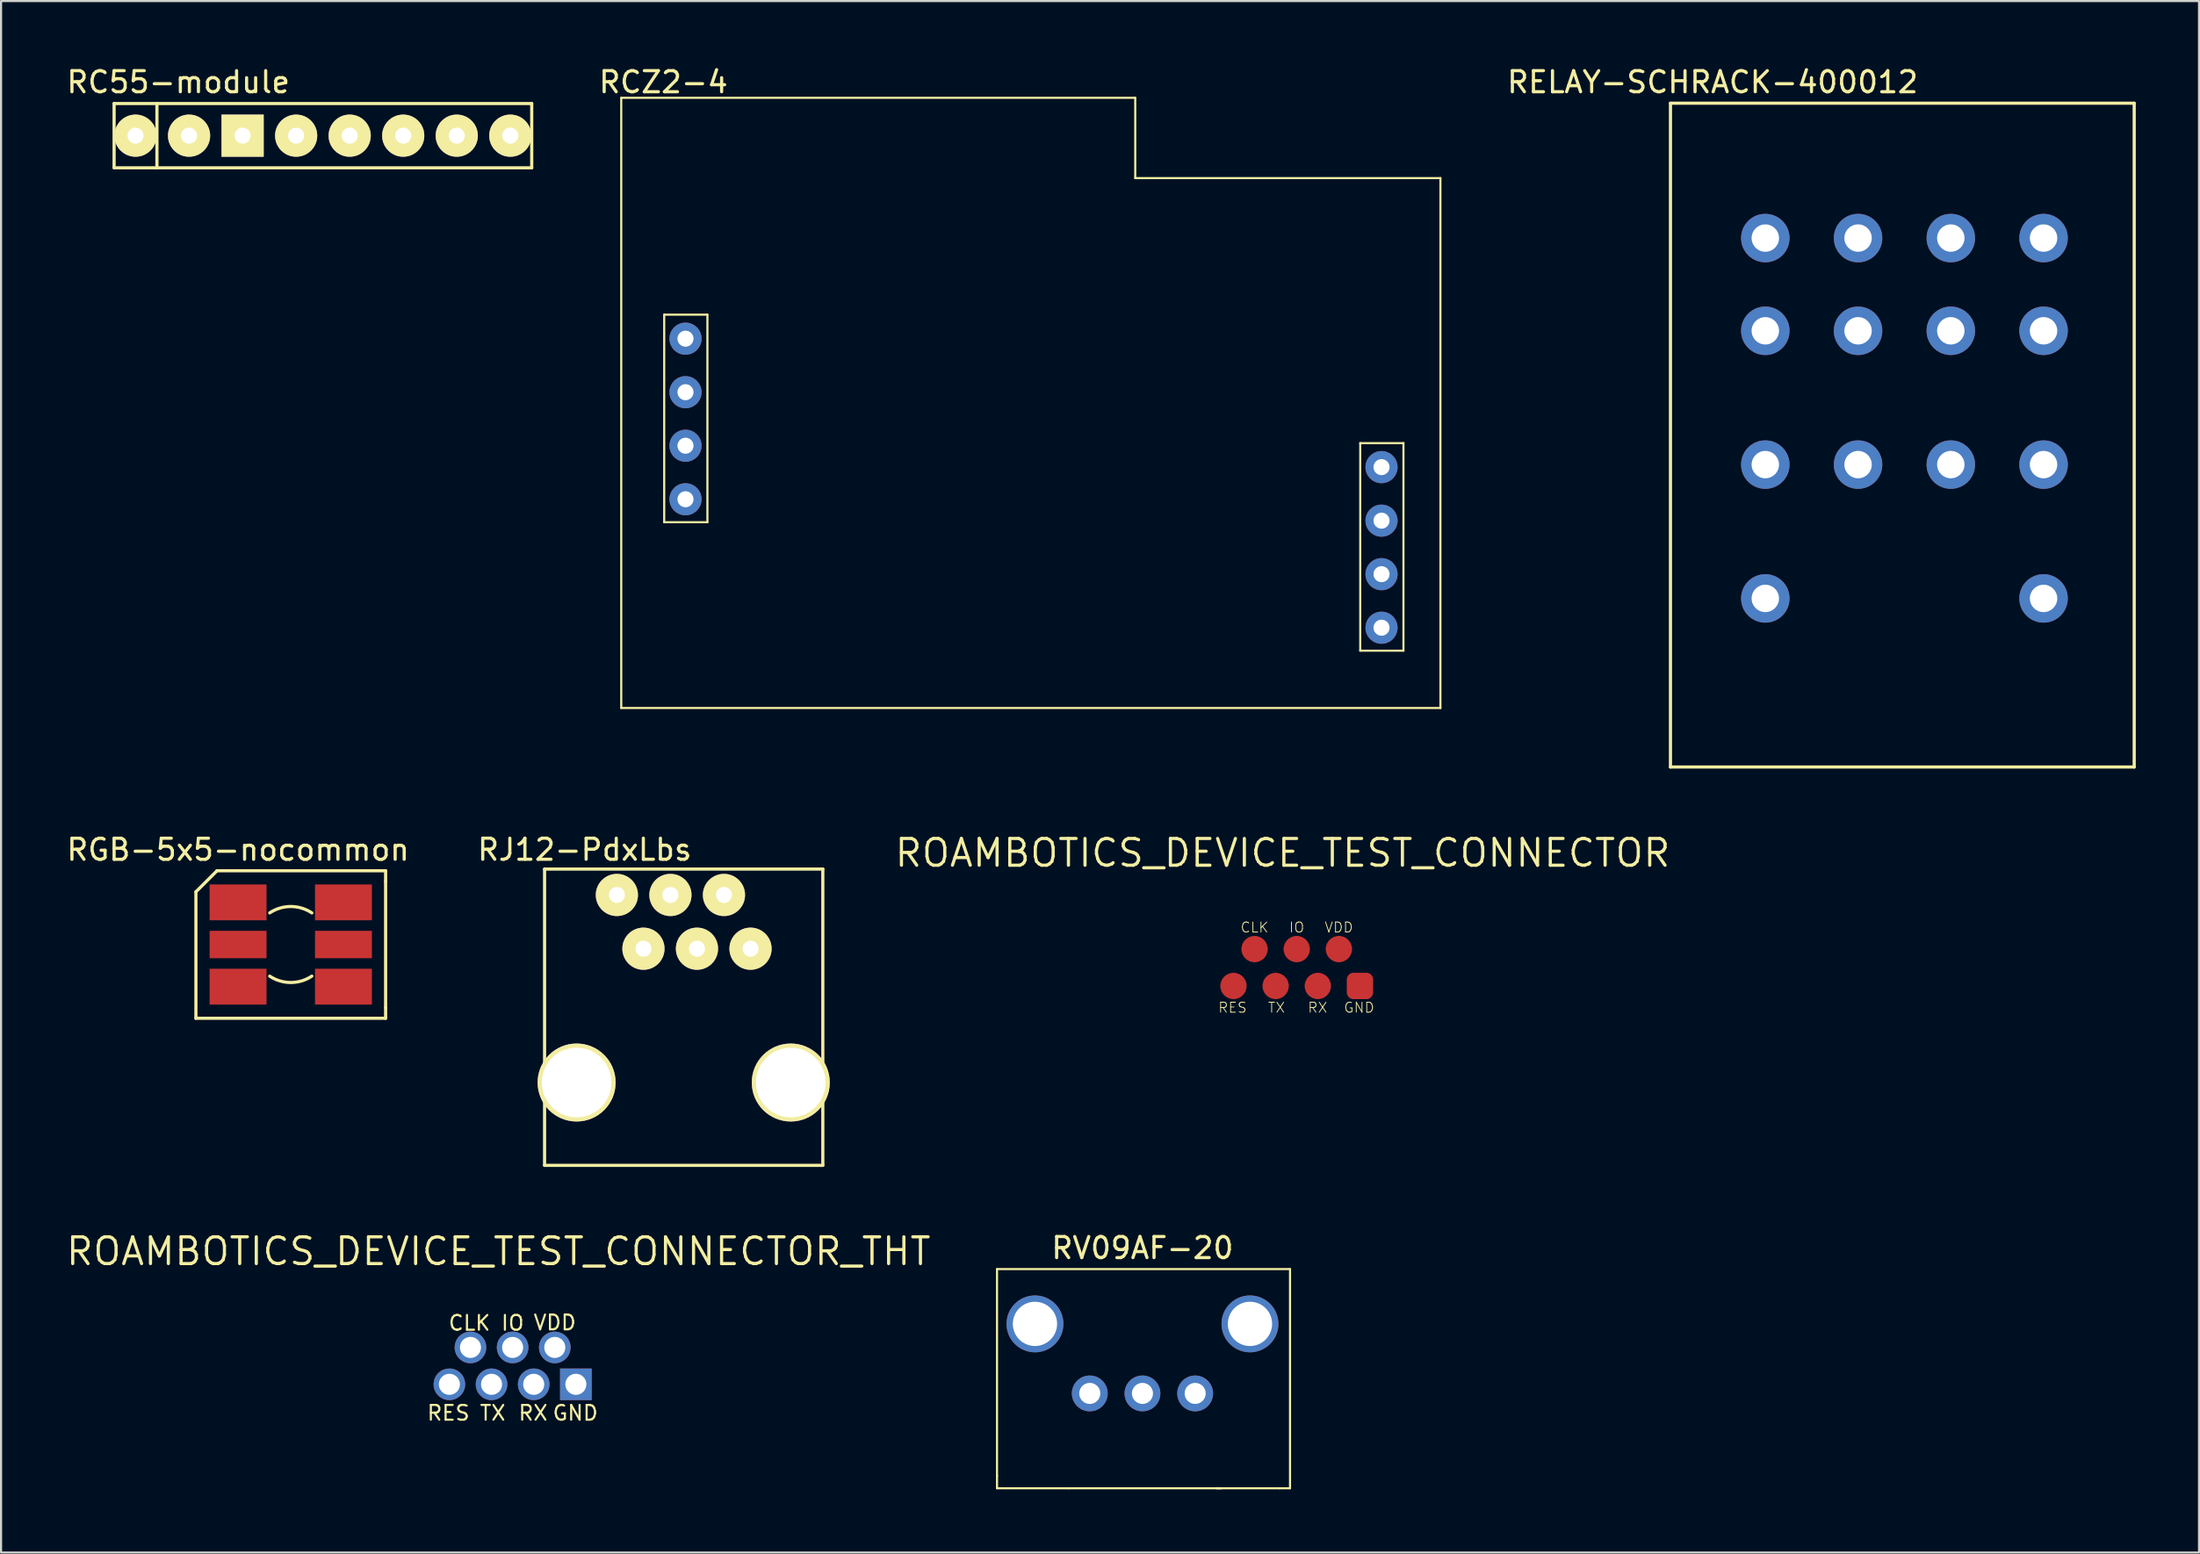
<source format=kicad_pcb>
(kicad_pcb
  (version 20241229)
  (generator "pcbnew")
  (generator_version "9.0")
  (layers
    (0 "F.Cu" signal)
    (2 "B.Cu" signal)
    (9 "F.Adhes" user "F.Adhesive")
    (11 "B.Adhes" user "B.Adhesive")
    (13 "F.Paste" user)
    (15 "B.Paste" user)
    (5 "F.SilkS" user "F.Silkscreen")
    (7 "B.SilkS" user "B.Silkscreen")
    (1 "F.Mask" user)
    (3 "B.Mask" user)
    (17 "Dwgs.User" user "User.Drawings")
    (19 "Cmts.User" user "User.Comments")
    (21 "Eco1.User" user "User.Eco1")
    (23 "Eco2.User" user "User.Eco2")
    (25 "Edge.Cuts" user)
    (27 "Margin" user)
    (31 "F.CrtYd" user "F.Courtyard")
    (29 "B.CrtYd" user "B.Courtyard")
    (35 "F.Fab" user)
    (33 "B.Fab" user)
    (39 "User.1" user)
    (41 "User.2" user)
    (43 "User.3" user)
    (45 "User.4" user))
  (footprint "RV09AF-20"
    (layer "F.Cu")
    (at 51.149 63.075)
    (property "Reference" "RV09AF-20" (at 0 -6.9 0) (layer "F.SilkS") (effects (font (size 1 1) (thickness 0.15))))
    (attr through_hole)
    (fp_line (start -6.9 -5.9) (end -6.9 3.9) (stroke (width 0.1) (type solid)) (layer "F.SilkS"))
    (fp_line (start -6.9 3.9) (end -6.9 4.5) (stroke (width 0.1) (type solid)) (layer "F.SilkS"))
    (fp_line (start -6.9 4.5) (end -3.5 4.5) (stroke (width 0.1) (type solid)) (layer "F.SilkS"))
    (fp_line (start 3.5 4.5) (end 6.5 4.5) (stroke (width 0.1) (type solid)) (layer "F.SilkS"))
    (fp_line (start 3.75 4.5) (end -3.5 4.5) (stroke (width 0.1) (type solid)) (layer "F.SilkS"))
    (fp_line (start 6.5 4.5) (end 7 4.5) (stroke (width 0.1) (type solid)) (layer "F.SilkS"))
    (fp_line (start 7 -5.9) (end -6.9 -5.9) (stroke (width 0.1) (type solid)) (layer "F.SilkS"))
    (fp_line (start 7 4.5) (end 7 -5.9) (stroke (width 0.1) (type solid)) (layer "F.SilkS"))
    (pad "" thru_hole circle (at -5.1 -3.3) (size 2.7 2.7) (drill 2.1) (layers "*.Cu" "*.Mask"))
    (pad "" thru_hole circle (at 5.1 -3.3) (size 2.7 2.7) (drill 2.1) (layers "*.Cu" "*.Mask"))
    (pad "1" thru_hole circle (at -2.5 0) (size 1.7 1.7) (drill 1) (layers "*.Cu" "*.Mask"))
    (pad "2" thru_hole circle (at 0 0) (size 1.7 1.7) (drill 1) (layers "*.Cu" "*.Mask"))
    (pad "3" thru_hole circle (at 2.5 0) (size 1.7 1.7) (drill 1) (layers "*.Cu" "*.Mask")))
  (footprint "RGB-5x5-nocommon"
    (layer "F.Cu")
    (at 10.744 44.772)
    (property "Reference" "RGB-5x5-nocommon" (at -2.5 -7.5 0) (layer "F.SilkS") (effects (font (size 1 1) (thickness 0.15))))
    (attr through_hole)
    (fp_line (start -4.5 -5.5) (end -4.5 0.5) (stroke (width 0.15) (type solid)) (layer "F.SilkS"))
    (fp_line (start -4.5 -5.5) (end -3.5 -6.5) (stroke (width 0.15) (type solid)) (layer "F.SilkS"))
    (fp_line (start -4.5 0.5) (end 4.5 0.5) (stroke (width 0.15) (type solid)) (layer "F.SilkS"))
    (fp_line (start -3.5 -6.5) (end 4.5 -6.5) (stroke (width 0.15) (type solid)) (layer "F.SilkS"))
    (fp_line (start 4.5 -6.5) (end 4.5 -6) (stroke (width 0.15) (type solid)) (layer "F.SilkS"))
    (fp_line (start 4.5 -6) (end 4.5 0) (stroke (width 0.15) (type solid)) (layer "F.SilkS"))
    (fp_line (start 4.5 0.5) (end 4.5 0) (stroke (width 0.15) (type solid)) (layer "F.SilkS"))
    (fp_arc (start -1 -4.5) (mid 0 -4.802776) (end 1 -4.5) (stroke (width 0.15) (type solid)) (layer "F.SilkS"))
    (fp_arc (start 1 -1.5) (mid 0 -1.197224) (end -1 -1.5) (stroke (width 0.15) (type solid)) (layer "F.SilkS"))
    (pad "1" smd rect (at -2.5 -5) (size 2.7 1.7) (layers "F.Cu" "F.Mask" "F.Paste"))
    (pad "2" smd rect (at -2.5 -3) (size 2.7 1.3) (layers "F.Cu" "F.Mask" "F.Paste"))
    (pad "3" smd rect (at -2.5 -1) (size 2.7 1.7) (layers "F.Cu" "F.Mask" "F.Paste"))
    (pad "4" smd rect (at 2.5 -1) (size 2.7 1.7) (layers "F.Cu" "F.Mask" "F.Paste"))
    (pad "5" smd rect (at 2.5 -3) (size 2.7 1.3) (layers "F.Cu" "F.Mask" "F.Paste"))
    (pad "6" smd rect (at 2.5 -5) (size 2.7 1.7) (layers "F.Cu" "F.Mask" "F.Paste")))
  (footprint "ROAMBOTICS_DEVICE_TEST_CONNECTOR"
    (layer "F.Cu")
    (at 58.467 41.739)
    (property "Reference" "ROAMBOTICS_DEVICE_TEST_CONNECTOR" (at -0.67 -4.31 0) (layer "F.SilkS") (effects (font (size 1.27 1.27) (thickness 0.15))))
    (attr through_hole)
    (fp_text user "RES" (at -2.34 2.75 0) (layer "F.SilkS") (effects (font (size 0.475 0.475) (thickness 0.04)) (justify right top)))
    (fp_text user "CLK" (at -2 -0.5 0) (layer "F.SilkS") (effects (font (size 0.475 0.475) (thickness 0.04)) (justify bottom)))
    (fp_text user "VDD" (at 2 -0.5 0) (layer "F.SilkS") (effects (font (size 0.475 0.475) (thickness 0.04)) (justify bottom)))
    (fp_text user "IO" (at 0 -0.5 0) (layer "F.SilkS") (effects (font (size 0.475 0.475) (thickness 0.04)) (justify bottom)))
    (fp_text user "GND" (at 3.71 2.75 0) (layer "F.SilkS") (effects (font (size 0.475 0.475) (thickness 0.04)) (justify right top)))
    (fp_text user "TX" (at -0.53 2.75 0) (layer "F.SilkS") (effects (font (size 0.475 0.475) (thickness 0.04)) (justify right top)))
    (fp_text user "RX" (at 1.48 2.75 0) (layer "F.SilkS") (effects (font (size 0.475 0.475) (thickness 0.04)) (justify right top)))
    (pad "1" smd roundrect (at 3 2) (size 1.25 1.25) (layers "F.Cu" "F.Mask" "F.Paste") (roundrect_rratio 0.25))
    (pad "2" smd roundrect (at 2 0.25) (size 1.25 1.25) (layers "F.Cu" "F.Mask" "F.Paste") (roundrect_rratio 0.5))
    (pad "3" smd roundrect (at 1 2) (size 1.25 1.25) (layers "F.Cu" "F.Mask" "F.Paste") (roundrect_rratio 0.5))
    (pad "4" smd roundrect (at 0 0.25) (size 1.25 1.25) (layers "F.Cu" "F.Mask" "F.Paste") (roundrect_rratio 0.5))
    (pad "5" smd roundrect (at -1 2) (size 1.25 1.25) (layers "F.Cu" "F.Mask" "F.Paste") (roundrect_rratio 0.5))
    (pad "6" smd roundrect (at -2 0.25) (size 1.25 1.25) (layers "F.Cu" "F.Mask" "F.Paste") (roundrect_rratio 0.5))
    (pad "7" smd roundrect (at -3 2) (size 1.25 1.25) (layers "F.Cu" "F.Mask" "F.Paste") (roundrect_rratio 0.5)))
  (footprint "RELAY-SCHRACK-400012"
    (layer "F.Cu")
    (at 80.697 25.348)
    (property "Reference" "RELAY-SCHRACK-400012" (at -2.5 -24.5 0) (layer "F.SilkS") (effects (font (size 1 1) (thickness 0.15))))
    (attr through_hole)
    (fp_line (start -4.5 -23.5) (end -4.5 8) (stroke (width 0.15) (type solid)) (layer "F.SilkS"))
    (fp_line (start -4.5 8) (end 17.5 8) (stroke (width 0.15) (type solid)) (layer "F.SilkS"))
    (fp_line (start 17.5 -23.5) (end -4.5 -23.5) (stroke (width 0.15) (type solid)) (layer "F.SilkS"))
    (fp_line (start 17.5 8) (end 17.5 -23.5) (stroke (width 0.15) (type solid)) (layer "F.SilkS"))
    (pad "1" thru_hole circle (at 13.2 -17.1) (size 2.3 2.3) (drill 1.3) (layers "*.Cu" "*.Mask"))
    (pad "2" thru_hole circle (at 8.8 -17.1) (size 2.3 2.3) (drill 1.3) (layers "*.Cu" "*.Mask"))
    (pad "3" thru_hole circle (at 4.4 -17.1) (size 2.3 2.3) (drill 1.3) (layers "*.Cu" "*.Mask"))
    (pad "4" thru_hole circle (at 0 -17.1) (size 2.3 2.3) (drill 1.3) (layers "*.Cu" "*.Mask"))
    (pad "5" thru_hole circle (at 13.2 -12.7) (size 2.3 2.3) (drill 1.3) (layers "*.Cu" "*.Mask"))
    (pad "6" thru_hole circle (at 8.8 -12.7) (size 2.3 2.3) (drill 1.3) (layers "*.Cu" "*.Mask"))
    (pad "7" thru_hole circle (at 4.4 -12.7) (size 2.3 2.3) (drill 1.3) (layers "*.Cu" "*.Mask"))
    (pad "8" thru_hole circle (at 0 -12.7) (size 2.3 2.3) (drill 1.3) (layers "*.Cu" "*.Mask"))
    (pad "9" thru_hole circle (at 13.2 -6.35) (size 2.3 2.3) (drill 1.3) (layers "*.Cu" "*.Mask"))
    (pad "10" thru_hole circle (at 8.8 -6.35) (size 2.3 2.3) (drill 1.3) (layers "*.Cu" "*.Mask"))
    (pad "11" thru_hole circle (at 4.4 -6.35) (size 2.3 2.3) (drill 1.3) (layers "*.Cu" "*.Mask"))
    (pad "12" thru_hole circle (at 0 -6.35) (size 2.3 2.3) (drill 1.3) (layers "*.Cu" "*.Mask"))
    (pad "A" thru_hole circle (at 13.2 0) (size 2.3 2.3) (drill 1.3) (layers "*.Cu" "*.Mask"))
    (pad "B" thru_hole circle (at 0 0) (size 2.3 2.3) (drill 1.3) (layers "*.Cu" "*.Mask")))
  (footprint "ROAMBOTICS_DEVICE_TEST_CONNECTOR_THT"
    (layer "F.Cu")
    (at 21.269 60.643)
    (property "Reference" "ROAMBOTICS_DEVICE_TEST_CONNECTOR_THT" (at -0.67 -4.31 0) (layer "F.SilkS") (effects (font (size 1.27 1.27) (thickness 0.15))))
    (attr through_hole)
    (fp_text user "RES" (at -1.98 2.95 0) (layer "F.SilkS") (effects (font (size 0.7 0.7) (thickness 0.1)) (justify right top)))
    (fp_text user "IO" (at 0.6 -1.32 0) (layer "F.SilkS") (effects (font (size 0.7 0.7) (thickness 0.1)) (justify right top)))
    (fp_text user "RX" (at 1.72 2.95 0) (layer "F.SilkS") (effects (font (size 0.7 0.7) (thickness 0.1)) (justify right top)))
    (fp_text user "GND" (at 4.11 2.95 0) (layer "F.SilkS") (effects (font (size 0.7 0.7) (thickness 0.1)) (justify right top)))
    (fp_text user "TX" (at -0.28 2.95 0) (layer "F.SilkS") (effects (font (size 0.7 0.7) (thickness 0.1)) (justify right top)))
    (fp_text user "VDD" (at 3.07 -1.34 0) (layer "F.SilkS") (effects (font (size 0.7 0.7) (thickness 0.1)) (justify right top)))
    (fp_text user "CLK" (at -1 -1.32 0) (layer "F.SilkS") (effects (font (size 0.7 0.7) (thickness 0.1)) (justify right top)))
    (pad "1" thru_hole rect (at 3 2) (size 1.5 1.5) (drill 1) (layers "*.Cu" "*.Mask"))
    (pad "2" thru_hole circle (at 2 0.25) (size 1.5 1.5) (drill 1) (layers "*.Cu" "*.Mask"))
    (pad "3" thru_hole circle (at 1 2) (size 1.5 1.5) (drill 1) (layers "*.Cu" "*.Mask"))
    (pad "4" thru_hole circle (at 0 0.25) (size 1.5 1.5) (drill 1) (layers "*.Cu" "*.Mask"))
    (pad "5" thru_hole circle (at -1 2) (size 1.5 1.5) (drill 1) (layers "*.Cu" "*.Mask"))
    (pad "6" thru_hole circle (at -2 0.25) (size 1.5 1.5) (drill 1) (layers "*.Cu" "*.Mask"))
    (pad "7" thru_hole circle (at -3 2) (size 1.5 1.5) (drill 1) (layers "*.Cu" "*.Mask")))
  (footprint "RCZ2-4"
    (layer "F.Cu")
    (at 26.422 30.548)
    (property "Reference" "RCZ2-4" (at 2 -29.7 0) (layer "F.SilkS") (effects (font (size 1 1) (thickness 0.15))))
    (attr through_hole)
    (fp_line (start 0 -28.956) (end 0 0) (stroke (width 0.1) (type solid)) (layer "F.SilkS"))
    (fp_line (start 0 -28.956) (end 24.384 -28.956) (stroke (width 0.1) (type solid)) (layer "F.SilkS"))
    (fp_line (start 0 0) (end 38.862 0) (stroke (width 0.1) (type solid)) (layer "F.SilkS"))
    (fp_line (start 2.038 -18.666) (end 2.038 -8.816) (stroke (width 0.1) (type solid)) (layer "F.SilkS"))
    (fp_line (start 4.088 -18.666) (end 2.038 -18.666) (stroke (width 0.1) (type solid)) (layer "F.SilkS"))
    (fp_line (start 4.088 -8.816) (end 2.038 -8.816) (stroke (width 0.1) (type solid)) (layer "F.SilkS"))
    (fp_line (start 4.088 -8.816) (end 4.088 -18.666) (stroke (width 0.1) (type solid)) (layer "F.SilkS"))
    (fp_line (start 24.384 -25.146) (end 24.384 -28.956) (stroke (width 0.1) (type solid)) (layer "F.SilkS"))
    (fp_line (start 35.058 -12.57) (end 35.058 -2.72) (stroke (width 0.1) (type solid)) (layer "F.SilkS"))
    (fp_line (start 37.108 -12.57) (end 35.058 -12.57) (stroke (width 0.1) (type solid)) (layer "F.SilkS"))
    (fp_line (start 37.108 -2.72) (end 35.058 -2.72) (stroke (width 0.1) (type solid)) (layer "F.SilkS"))
    (fp_line (start 37.108 -2.72) (end 37.108 -12.57) (stroke (width 0.1) (type solid)) (layer "F.SilkS"))
    (fp_line (start 38.862 -25.146) (end 24.384 -25.146) (stroke (width 0.1) (type solid)) (layer "F.SilkS"))
    (fp_line (start 38.862 0) (end 38.862 -25.146) (stroke (width 0.1) (type solid)) (layer "F.SilkS"))
    (pad "1" thru_hole circle (at 3.048 -9.906) (size 1.524 1.524) (drill 0.762) (layers "*.Cu" "*.Mask"))
    (pad "2" thru_hole circle (at 3.048 -12.446) (size 1.524 1.524) (drill 0.762) (layers "*.Cu" "*.Mask"))
    (pad "3" thru_hole circle (at 3.048 -14.986) (size 1.524 1.524) (drill 0.762) (layers "*.Cu" "*.Mask"))
    (pad "4" thru_hole circle (at 3.048 -17.526) (size 1.524 1.524) (drill 0.762) (layers "*.Cu" "*.Mask"))
    (pad "5" thru_hole circle (at 36.068 -3.81) (size 1.524 1.524) (drill 0.762) (layers "*.Cu" "*.Mask"))
    (pad "6" thru_hole circle (at 36.068 -6.35) (size 1.524 1.524) (drill 0.762) (layers "*.Cu" "*.Mask"))
    (pad "7" thru_hole circle (at 36.068 -8.89) (size 1.524 1.524) (drill 0.762) (layers "*.Cu" "*.Mask"))
    (pad "8" thru_hole circle (at 36.068 -11.43) (size 1.524 1.524) (drill 0.762) (layers "*.Cu" "*.Mask")))
  (footprint "RC55-module"
    (layer "F.Cu")
    (at 3.379 3.388)
    (property "Reference" "RC55-module" (at 2.032 -2.54 0) (layer "F.SilkS") (effects (font (size 1 1) (thickness 0.15))))
    (attr through_hole)
    (fp_line (start -1.016 -1.524) (end -1.016 1.524) (stroke (width 0.15) (type solid)) (layer "F.SilkS"))
    (fp_line (start -1.016 1.524) (end 18.796 1.524) (stroke (width 0.15) (type solid)) (layer "F.SilkS"))
    (fp_line (start 1.016 -1.524) (end 1.016 1.524) (stroke (width 0.15) (type solid)) (layer "F.SilkS"))
    (fp_line (start 18.796 -1.524) (end -1.016 -1.524) (stroke (width 0.15) (type solid)) (layer "F.SilkS"))
    (fp_line (start 18.796 1.524) (end 18.796 -1.524) (stroke (width 0.15) (type solid)) (layer "F.SilkS"))
    (pad "1" thru_hole circle (at 0 0) (size 2 2) (drill 0.762) (layers "*.Cu" "*.Mask" "F.SilkS"))
    (pad "2" thru_hole circle (at 2.54 0) (size 2 2) (drill 0.762) (layers "*.Cu" "*.Mask" "F.SilkS"))
    (pad "3" thru_hole rect (at 5.08 0) (size 2 2) (drill 0.762) (layers "*.Cu" "*.Mask" "F.SilkS"))
    (pad "4" thru_hole circle (at 7.62 0) (size 2 2) (drill 0.762) (layers "*.Cu" "*.Mask" "F.SilkS"))
    (pad "5" thru_hole circle (at 10.16 0) (size 2 2) (drill 0.762) (layers "*.Cu" "*.Mask" "F.SilkS"))
    (pad "6" thru_hole circle (at 12.7 0) (size 2 2) (drill 0.762) (layers "*.Cu" "*.Mask" "F.SilkS"))
    (pad "7" thru_hole circle (at 15.24 0) (size 2 2) (drill 0.762) (layers "*.Cu" "*.Mask" "F.SilkS"))
    (pad "8" thru_hole circle (at 17.78 0) (size 2 2) (drill 0.762) (layers "*.Cu" "*.Mask" "F.SilkS")))
  (footprint "RJ12-PdxLbs"
    (layer "F.Cu")
    (at 29.385 41.971)
    (property "Reference" "RJ12-PdxLbs" (at -4.7 -4.7 0) (layer "F.SilkS") (effects (font (size 1 1) (thickness 0.15))))
    (attr through_hole)
    (fp_line (start -6.6 -3.78) (end 6.6 -3.78) (stroke (width 0.15) (type solid)) (layer "F.SilkS"))
    (fp_line (start -6.6 10.28) (end -6.6 -3.78) (stroke (width 0.15) (type solid)) (layer "F.SilkS"))
    (fp_line (start -6.6 10.28) (end 6.6 10.28) (stroke (width 0.15) (type solid)) (layer "F.SilkS"))
    (fp_line (start 6.6 -3.78) (end 6.6 10.28) (stroke (width 0.15) (type solid)) (layer "F.SilkS"))
    (pad "" np_thru_hole circle (at -5.08 6.35) (size 3.7 3.7) (drill 3.3) (layers "*.Cu" "*.Mask" "F.SilkS"))
    (pad "" np_thru_hole circle (at 5.08 6.35) (size 3.7 3.7) (drill 3.3) (layers "*.Cu" "*.Mask" "F.SilkS"))
    (pad "1" thru_hole circle (at -3.17 -2.55) (size 2 2) (drill 0.762) (layers "*.Cu" "*.Mask" "F.SilkS"))
    (pad "2" thru_hole circle (at -0.63 -2.55) (size 2 2) (drill 0.762) (layers "*.Cu" "*.Mask" "F.SilkS"))
    (pad "3" thru_hole circle (at 1.91 -2.55) (size 2 2) (drill 0.762) (layers "*.Cu" "*.Mask" "F.SilkS"))
    (pad "4" thru_hole circle (at -1.91 0) (size 2 2) (drill 0.762) (layers "*.Cu" "*.Mask" "F.SilkS"))
    (pad "5" thru_hole circle (at 0.63 0) (size 2 2) (drill 0.762) (layers "*.Cu" "*.Mask" "F.SilkS"))
    (pad "6" thru_hole circle (at 3.17 0) (size 2 2) (drill 0.762) (layers "*.Cu" "*.Mask" "F.SilkS")))
  (gr_rect
    (start -3 -3)
    (end 101.272 70.625)
    (stroke (width 0.1) (type default))
    (fill no)
    (layer "Edge.Cuts")))
</source>
